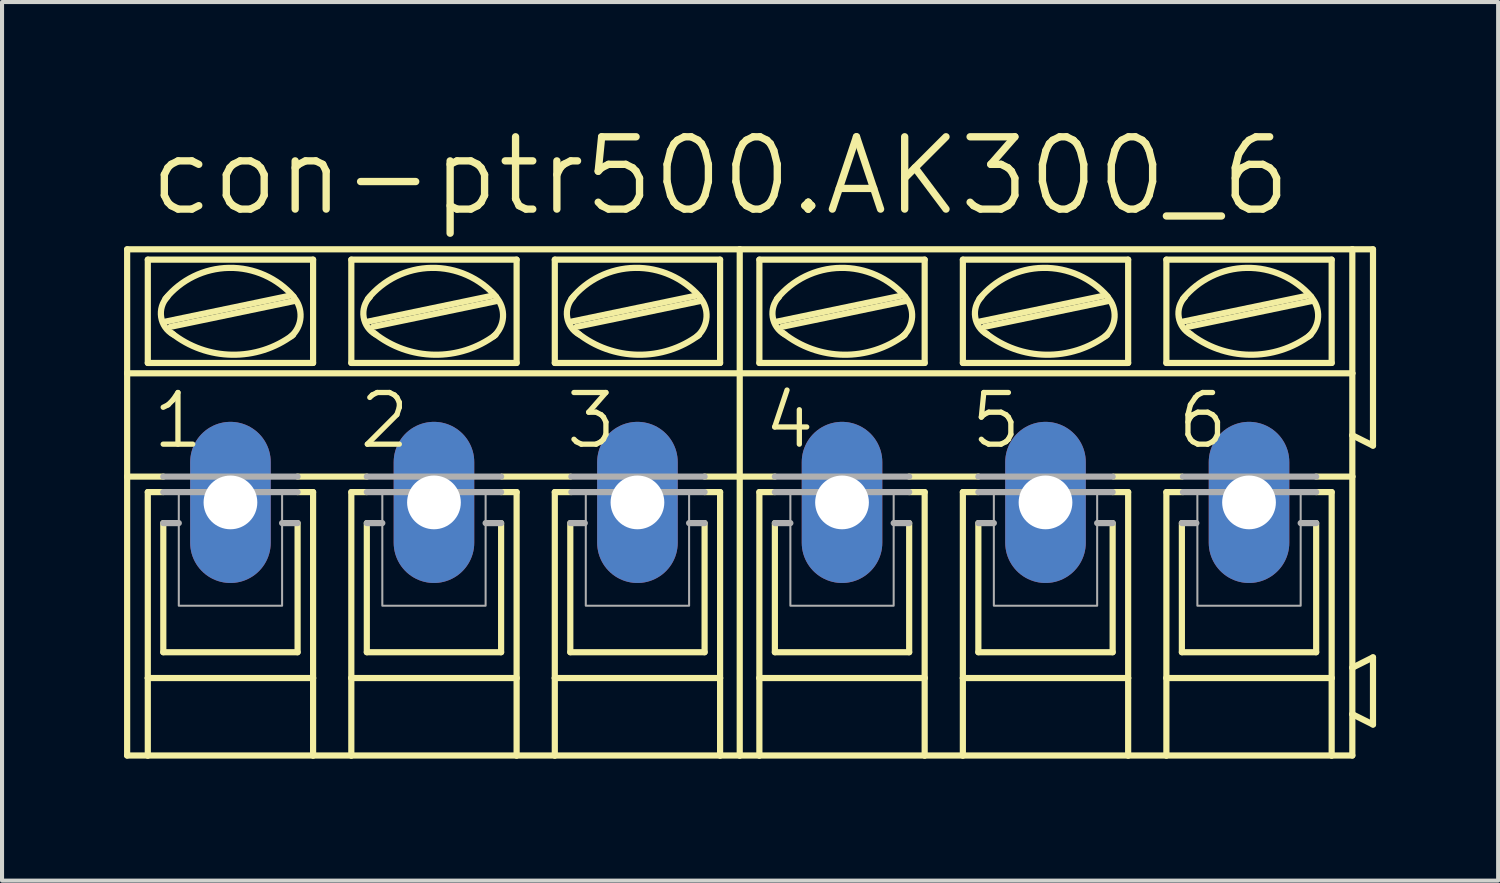
<source format=kicad_pcb>
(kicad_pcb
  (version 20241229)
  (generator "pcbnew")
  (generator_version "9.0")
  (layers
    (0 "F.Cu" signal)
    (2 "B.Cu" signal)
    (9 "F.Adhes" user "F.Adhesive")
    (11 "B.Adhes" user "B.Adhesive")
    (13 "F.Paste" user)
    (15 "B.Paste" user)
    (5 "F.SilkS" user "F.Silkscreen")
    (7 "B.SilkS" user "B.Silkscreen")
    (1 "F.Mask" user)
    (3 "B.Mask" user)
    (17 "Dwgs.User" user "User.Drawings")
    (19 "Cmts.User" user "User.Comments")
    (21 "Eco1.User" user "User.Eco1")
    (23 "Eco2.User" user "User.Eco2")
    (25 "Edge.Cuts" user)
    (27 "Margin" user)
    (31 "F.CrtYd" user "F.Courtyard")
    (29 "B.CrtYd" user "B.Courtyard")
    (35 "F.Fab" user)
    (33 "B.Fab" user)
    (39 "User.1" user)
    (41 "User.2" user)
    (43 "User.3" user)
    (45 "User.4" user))
  (footprint "con-ptr500.AK300_6"
    (layer "F.Cu")
    (at 15.138 9.303)
    (property "Reference" "con-ptr500.AK300_6" (at -14.605 -6.985 0) (layer "F.SilkS") (effects (font (size 1.778 1.778) (thickness 0.18)) (justify left bottom)))
    (attr through_hole)
    (fp_line (start -15.062 -3.175) (end -15.062 -6.223) (stroke (width 0.152) (type default)) (layer "F.SilkS"))
    (fp_line (start -15.062 -3.175) (end 0 -3.175) (stroke (width 0.152) (type default)) (layer "F.SilkS"))
    (fp_line (start -15.062 -0.635) (end -15.062 -3.175) (stroke (width 0.152) (type default)) (layer "F.SilkS"))
    (fp_line (start -15.062 -0.635) (end -14.173 -0.635) (stroke (width 0.152) (type default)) (layer "F.SilkS"))
    (fp_line (start -15.062 6.223) (end -15.062 -0.635) (stroke (width 0.152) (type default)) (layer "F.SilkS"))
    (fp_line (start -15.062 6.223) (end -14.554 6.223) (stroke (width 0.152) (type default)) (layer "F.SilkS"))
    (fp_line (start -14.554 -3.429) (end -14.554 -5.969) (stroke (width 0.152) (type default)) (layer "F.SilkS"))
    (fp_line (start -14.554 -0.254) (end -14.554 4.318) (stroke (width 0.152) (type default)) (layer "F.SilkS"))
    (fp_line (start -14.554 -0.254) (end -14.173 -0.254) (stroke (width 0.152) (type default)) (layer "F.SilkS"))
    (fp_line (start -14.554 4.318) (end -14.554 6.223) (stroke (width 0.152) (type default)) (layer "F.SilkS"))
    (fp_line (start -14.554 6.223) (end -10.49 6.223) (stroke (width 0.152) (type default)) (layer "F.SilkS"))
    (fp_line (start -14.173 3.683) (end -14.173 0.508) (stroke (width 0.152) (type default)) (layer "F.SilkS"))
    (fp_line (start -14.122 -4.445) (end -11.074 -5.08) (stroke (width 0.152) (type default)) (layer "F.SilkS"))
    (fp_line (start -13.995 -4.318) (end -10.947 -4.953) (stroke (width 0.152) (type default)) (layer "F.SilkS"))
    (fp_line (start -10.871 -0.635) (end -9.169 -0.635) (stroke (width 0.152) (type default)) (layer "F.SilkS"))
    (fp_line (start -10.871 3.683) (end -14.173 3.683) (stroke (width 0.152) (type default)) (layer "F.SilkS"))
    (fp_line (start -10.871 3.683) (end -10.871 0.508) (stroke (width 0.152) (type default)) (layer "F.SilkS"))
    (fp_line (start -10.49 -5.969) (end -14.554 -5.969) (stroke (width 0.152) (type default)) (layer "F.SilkS"))
    (fp_line (start -10.49 -3.429) (end -14.554 -3.429) (stroke (width 0.152) (type default)) (layer "F.SilkS"))
    (fp_line (start -10.49 -3.429) (end -10.49 -5.969) (stroke (width 0.152) (type default)) (layer "F.SilkS"))
    (fp_line (start -10.49 -0.254) (end -10.871 -0.254) (stroke (width 0.152) (type default)) (layer "F.SilkS"))
    (fp_line (start -10.49 4.318) (end -14.554 4.318) (stroke (width 0.152) (type default)) (layer "F.SilkS"))
    (fp_line (start -10.49 4.318) (end -10.49 -0.254) (stroke (width 0.152) (type default)) (layer "F.SilkS"))
    (fp_line (start -10.49 6.223) (end -10.49 4.318) (stroke (width 0.152) (type default)) (layer "F.SilkS"))
    (fp_line (start -10.49 6.223) (end -9.55 6.223) (stroke (width 0.152) (type default)) (layer "F.SilkS"))
    (fp_line (start -9.55 -5.969) (end -5.486 -5.969) (stroke (width 0.152) (type default)) (layer "F.SilkS"))
    (fp_line (start -9.55 -3.429) (end -9.55 -5.969) (stroke (width 0.152) (type default)) (layer "F.SilkS"))
    (fp_line (start -9.55 -0.254) (end -9.169 -0.254) (stroke (width 0.152) (type default)) (layer "F.SilkS"))
    (fp_line (start -9.55 4.318) (end -9.55 -0.254) (stroke (width 0.152) (type default)) (layer "F.SilkS"))
    (fp_line (start -9.55 4.318) (end -5.486 4.318) (stroke (width 0.152) (type default)) (layer "F.SilkS"))
    (fp_line (start -9.55 6.223) (end -9.55 4.318) (stroke (width 0.152) (type default)) (layer "F.SilkS"))
    (fp_line (start -9.55 6.223) (end -5.486 6.223) (stroke (width 0.152) (type default)) (layer "F.SilkS"))
    (fp_line (start -9.169 3.683) (end -9.169 0.508) (stroke (width 0.152) (type default)) (layer "F.SilkS"))
    (fp_line (start -9.144 -4.445) (end -6.096 -5.08) (stroke (width 0.152) (type default)) (layer "F.SilkS"))
    (fp_line (start -9.017 -4.318) (end -5.969 -4.953) (stroke (width 0.152) (type default)) (layer "F.SilkS"))
    (fp_line (start -5.867 3.683) (end -9.169 3.683) (stroke (width 0.152) (type default)) (layer "F.SilkS"))
    (fp_line (start -5.867 3.683) (end -5.867 0.508) (stroke (width 0.152) (type default)) (layer "F.SilkS"))
    (fp_line (start -5.842 -0.635) (end -4.166 -0.635) (stroke (width 0.152) (type default)) (layer "F.SilkS"))
    (fp_line (start -5.486 -5.969) (end -5.486 -3.429) (stroke (width 0.152) (type default)) (layer "F.SilkS"))
    (fp_line (start -5.486 -3.429) (end -9.55 -3.429) (stroke (width 0.152) (type default)) (layer "F.SilkS"))
    (fp_line (start -5.486 -0.254) (end -5.867 -0.254) (stroke (width 0.152) (type default)) (layer "F.SilkS"))
    (fp_line (start -5.486 -0.254) (end -5.486 4.318) (stroke (width 0.152) (type default)) (layer "F.SilkS"))
    (fp_line (start -5.486 4.318) (end -5.486 6.223) (stroke (width 0.152) (type default)) (layer "F.SilkS"))
    (fp_line (start -5.486 6.223) (end -4.547 6.223) (stroke (width 0.152) (type default)) (layer "F.SilkS"))
    (fp_line (start -4.547 -5.969) (end -0.483 -5.969) (stroke (width 0.152) (type default)) (layer "F.SilkS"))
    (fp_line (start -4.547 -3.429) (end -4.547 -5.969) (stroke (width 0.152) (type default)) (layer "F.SilkS"))
    (fp_line (start -4.547 -0.254) (end -4.14 -0.254) (stroke (width 0.152) (type default)) (layer "F.SilkS"))
    (fp_line (start -4.547 4.318) (end -4.547 -0.254) (stroke (width 0.152) (type default)) (layer "F.SilkS"))
    (fp_line (start -4.547 4.318) (end -0.483 4.318) (stroke (width 0.152) (type default)) (layer "F.SilkS"))
    (fp_line (start -4.547 6.223) (end -4.547 4.318) (stroke (width 0.152) (type default)) (layer "F.SilkS"))
    (fp_line (start -4.547 6.223) (end -0.483 6.223) (stroke (width 0.152) (type default)) (layer "F.SilkS"))
    (fp_line (start -4.166 3.683) (end -4.166 0.508) (stroke (width 0.152) (type default)) (layer "F.SilkS"))
    (fp_line (start -4.14 -4.445) (end -1.092 -5.08) (stroke (width 0.152) (type default)) (layer "F.SilkS"))
    (fp_line (start -4.013 -4.318) (end -0.965 -4.953) (stroke (width 0.152) (type default)) (layer "F.SilkS"))
    (fp_line (start -0.864 3.683) (end -4.166 3.683) (stroke (width 0.152) (type default)) (layer "F.SilkS"))
    (fp_line (start -0.864 3.683) (end -0.864 0.508) (stroke (width 0.152) (type default)) (layer "F.SilkS"))
    (fp_line (start -0.483 -5.969) (end -0.483 -3.429) (stroke (width 0.152) (type default)) (layer "F.SilkS"))
    (fp_line (start -0.483 -3.429) (end -4.547 -3.429) (stroke (width 0.152) (type default)) (layer "F.SilkS"))
    (fp_line (start -0.483 -0.254) (end -0.864 -0.254) (stroke (width 0.152) (type default)) (layer "F.SilkS"))
    (fp_line (start -0.483 -0.254) (end -0.483 4.318) (stroke (width 0.152) (type default)) (layer "F.SilkS"))
    (fp_line (start -0.483 4.318) (end -0.483 6.223) (stroke (width 0.152) (type default)) (layer "F.SilkS"))
    (fp_line (start -0.483 6.223) (end 0 6.223) (stroke (width 0.152) (type default)) (layer "F.SilkS"))
    (fp_line (start 0 -6.223) (end -15.062 -6.223) (stroke (width 0.152) (type default)) (layer "F.SilkS"))
    (fp_line (start 0 -3.175) (end 0 -6.223) (stroke (width 0.152) (type default)) (layer "F.SilkS"))
    (fp_line (start 0 -3.175) (end 15.062 -3.175) (stroke (width 0.152) (type default)) (layer "F.SilkS"))
    (fp_line (start 0 -0.635) (end -0.864 -0.635) (stroke (width 0.152) (type default)) (layer "F.SilkS"))
    (fp_line (start 0 -0.635) (end 0 -3.175) (stroke (width 0.152) (type default)) (layer "F.SilkS"))
    (fp_line (start 0 -0.635) (end 0.864 -0.635) (stroke (width 0.152) (type default)) (layer "F.SilkS"))
    (fp_line (start 0 6.223) (end 0 -0.635) (stroke (width 0.152) (type default)) (layer "F.SilkS"))
    (fp_line (start 0 6.223) (end 0.483 6.223) (stroke (width 0.152) (type default)) (layer "F.SilkS"))
    (fp_line (start 0.483 -3.429) (end 0.483 -5.969) (stroke (width 0.152) (type default)) (layer "F.SilkS"))
    (fp_line (start 0.483 -0.254) (end 0.483 4.318) (stroke (width 0.152) (type default)) (layer "F.SilkS"))
    (fp_line (start 0.483 -0.254) (end 0.864 -0.254) (stroke (width 0.152) (type default)) (layer "F.SilkS"))
    (fp_line (start 0.483 4.318) (end 0.483 6.223) (stroke (width 0.152) (type default)) (layer "F.SilkS"))
    (fp_line (start 0.483 6.223) (end 4.547 6.223) (stroke (width 0.152) (type default)) (layer "F.SilkS"))
    (fp_line (start 0.864 3.683) (end 0.864 0.508) (stroke (width 0.152) (type default)) (layer "F.SilkS"))
    (fp_line (start 0.914 -4.445) (end 3.962 -5.08) (stroke (width 0.152) (type default)) (layer "F.SilkS"))
    (fp_line (start 1.041 -4.318) (end 4.089 -4.953) (stroke (width 0.152) (type default)) (layer "F.SilkS"))
    (fp_line (start 4.166 -0.635) (end 5.867 -0.635) (stroke (width 0.152) (type default)) (layer "F.SilkS"))
    (fp_line (start 4.166 3.683) (end 0.864 3.683) (stroke (width 0.152) (type default)) (layer "F.SilkS"))
    (fp_line (start 4.166 3.683) (end 4.166 0.508) (stroke (width 0.152) (type default)) (layer "F.SilkS"))
    (fp_line (start 4.547 -5.969) (end 0.483 -5.969) (stroke (width 0.152) (type default)) (layer "F.SilkS"))
    (fp_line (start 4.547 -3.429) (end 0.483 -3.429) (stroke (width 0.152) (type default)) (layer "F.SilkS"))
    (fp_line (start 4.547 -3.429) (end 4.547 -5.969) (stroke (width 0.152) (type default)) (layer "F.SilkS"))
    (fp_line (start 4.547 -0.254) (end 4.166 -0.254) (stroke (width 0.152) (type default)) (layer "F.SilkS"))
    (fp_line (start 4.547 4.318) (end 0.483 4.318) (stroke (width 0.152) (type default)) (layer "F.SilkS"))
    (fp_line (start 4.547 4.318) (end 4.547 -0.254) (stroke (width 0.152) (type default)) (layer "F.SilkS"))
    (fp_line (start 4.547 6.223) (end 4.547 4.318) (stroke (width 0.152) (type default)) (layer "F.SilkS"))
    (fp_line (start 4.547 6.223) (end 5.486 6.223) (stroke (width 0.152) (type default)) (layer "F.SilkS"))
    (fp_line (start 5.486 -5.969) (end 9.55 -5.969) (stroke (width 0.152) (type default)) (layer "F.SilkS"))
    (fp_line (start 5.486 -3.429) (end 5.486 -5.969) (stroke (width 0.152) (type default)) (layer "F.SilkS"))
    (fp_line (start 5.486 -0.254) (end 5.867 -0.254) (stroke (width 0.152) (type default)) (layer "F.SilkS"))
    (fp_line (start 5.486 4.318) (end 5.486 -0.254) (stroke (width 0.152) (type default)) (layer "F.SilkS"))
    (fp_line (start 5.486 4.318) (end 9.55 4.318) (stroke (width 0.152) (type default)) (layer "F.SilkS"))
    (fp_line (start 5.486 6.223) (end 5.486 4.318) (stroke (width 0.152) (type default)) (layer "F.SilkS"))
    (fp_line (start 5.486 6.223) (end 9.55 6.223) (stroke (width 0.152) (type default)) (layer "F.SilkS"))
    (fp_line (start 5.867 3.683) (end 5.867 0.508) (stroke (width 0.152) (type default)) (layer "F.SilkS"))
    (fp_line (start 5.893 -4.445) (end 8.941 -5.08) (stroke (width 0.152) (type default)) (layer "F.SilkS"))
    (fp_line (start 6.02 -4.318) (end 9.068 -4.953) (stroke (width 0.152) (type default)) (layer "F.SilkS"))
    (fp_line (start 9.169 3.683) (end 5.867 3.683) (stroke (width 0.152) (type default)) (layer "F.SilkS"))
    (fp_line (start 9.169 3.683) (end 9.169 0.508) (stroke (width 0.152) (type default)) (layer "F.SilkS"))
    (fp_line (start 9.195 -0.635) (end 10.871 -0.635) (stroke (width 0.152) (type default)) (layer "F.SilkS"))
    (fp_line (start 9.55 -5.969) (end 9.55 -3.429) (stroke (width 0.152) (type default)) (layer "F.SilkS"))
    (fp_line (start 9.55 -3.429) (end 5.486 -3.429) (stroke (width 0.152) (type default)) (layer "F.SilkS"))
    (fp_line (start 9.55 -0.254) (end 9.169 -0.254) (stroke (width 0.152) (type default)) (layer "F.SilkS"))
    (fp_line (start 9.55 -0.254) (end 9.55 4.318) (stroke (width 0.152) (type default)) (layer "F.SilkS"))
    (fp_line (start 9.55 4.318) (end 9.55 6.223) (stroke (width 0.152) (type default)) (layer "F.SilkS"))
    (fp_line (start 9.55 6.223) (end 10.49 6.223) (stroke (width 0.152) (type default)) (layer "F.SilkS"))
    (fp_line (start 10.49 -5.969) (end 14.554 -5.969) (stroke (width 0.152) (type default)) (layer "F.SilkS"))
    (fp_line (start 10.49 -3.429) (end 10.49 -5.969) (stroke (width 0.152) (type default)) (layer "F.SilkS"))
    (fp_line (start 10.49 -0.254) (end 10.897 -0.254) (stroke (width 0.152) (type default)) (layer "F.SilkS"))
    (fp_line (start 10.49 4.318) (end 10.49 -0.254) (stroke (width 0.152) (type default)) (layer "F.SilkS"))
    (fp_line (start 10.49 4.318) (end 14.554 4.318) (stroke (width 0.152) (type default)) (layer "F.SilkS"))
    (fp_line (start 10.49 6.223) (end 10.49 4.318) (stroke (width 0.152) (type default)) (layer "F.SilkS"))
    (fp_line (start 10.49 6.223) (end 14.554 6.223) (stroke (width 0.152) (type default)) (layer "F.SilkS"))
    (fp_line (start 10.871 3.683) (end 10.871 0.508) (stroke (width 0.152) (type default)) (layer "F.SilkS"))
    (fp_line (start 10.897 -4.445) (end 13.945 -5.08) (stroke (width 0.152) (type default)) (layer "F.SilkS"))
    (fp_line (start 11.024 -4.318) (end 14.072 -4.953) (stroke (width 0.152) (type default)) (layer "F.SilkS"))
    (fp_line (start 14.173 3.683) (end 10.871 3.683) (stroke (width 0.152) (type default)) (layer "F.SilkS"))
    (fp_line (start 14.173 3.683) (end 14.173 0.508) (stroke (width 0.152) (type default)) (layer "F.SilkS"))
    (fp_line (start 14.554 -5.969) (end 14.554 -3.429) (stroke (width 0.152) (type default)) (layer "F.SilkS"))
    (fp_line (start 14.554 -3.429) (end 10.49 -3.429) (stroke (width 0.152) (type default)) (layer "F.SilkS"))
    (fp_line (start 14.554 -0.254) (end 14.173 -0.254) (stroke (width 0.152) (type default)) (layer "F.SilkS"))
    (fp_line (start 14.554 -0.254) (end 14.554 4.318) (stroke (width 0.152) (type default)) (layer "F.SilkS"))
    (fp_line (start 14.554 4.318) (end 14.554 6.223) (stroke (width 0.152) (type default)) (layer "F.SilkS"))
    (fp_line (start 14.554 6.223) (end 15.062 6.223) (stroke (width 0.152) (type default)) (layer "F.SilkS"))
    (fp_line (start 15.062 -6.223) (end 0 -6.223) (stroke (width 0.152) (type default)) (layer "F.SilkS"))
    (fp_line (start 15.062 -6.223) (end 15.062 -3.175) (stroke (width 0.152) (type default)) (layer "F.SilkS"))
    (fp_line (start 15.062 -6.223) (end 15.57 -6.223) (stroke (width 0.152) (type default)) (layer "F.SilkS"))
    (fp_line (start 15.062 -3.175) (end 15.062 -1.651) (stroke (width 0.152) (type default)) (layer "F.SilkS"))
    (fp_line (start 15.062 -1.651) (end 15.062 -0.635) (stroke (width 0.152) (type default)) (layer "F.SilkS"))
    (fp_line (start 15.062 -0.635) (end 14.173 -0.635) (stroke (width 0.152) (type default)) (layer "F.SilkS"))
    (fp_line (start 15.062 -0.635) (end 15.062 4.064) (stroke (width 0.152) (type default)) (layer "F.SilkS"))
    (fp_line (start 15.062 4.064) (end 15.062 5.207) (stroke (width 0.152) (type default)) (layer "F.SilkS"))
    (fp_line (start 15.062 5.207) (end 15.062 6.223) (stroke (width 0.152) (type default)) (layer "F.SilkS"))
    (fp_line (start 15.57 -6.223) (end 15.57 -1.397) (stroke (width 0.152) (type default)) (layer "F.SilkS"))
    (fp_line (start 15.57 -1.397) (end 15.062 -1.651) (stroke (width 0.152) (type default)) (layer "F.SilkS"))
    (fp_line (start 15.57 3.81) (end 15.062 4.064) (stroke (width 0.152) (type default)) (layer "F.SilkS"))
    (fp_line (start 15.57 3.81) (end 15.57 5.461) (stroke (width 0.152) (type default)) (layer "F.SilkS"))
    (fp_line (start 15.57 5.461) (end 15.062 5.207) (stroke (width 0.152) (type default)) (layer "F.SilkS"))
    (fp_arc (start -14.1224 -5.0038) (mid -12.558027 -5.766949) (end -10.968 -5.0588) (stroke (width 0.1524) (type default)) (layer "F.SilkS"))
    (fp_arc (start -13.9279 -4.1297) (mid -14.225824 -4.557025) (end -14.0716 -5.0546) (stroke (width 0.1524) (type default)) (layer "F.SilkS"))
    (fp_arc (start -10.9822 -4.1188) (mid -12.484103 -3.631243) (end -13.97 -4.1656) (stroke (width 0.1524) (type default)) (layer "F.SilkS"))
    (fp_arc (start -10.9729 -5.0545) (mid -10.79854 -4.558084) (end -11.0286 -4.0849) (stroke (width 0.1524) (type default)) (layer "F.SilkS"))
    (fp_arc (start -9.144 -5.0038) (mid -7.579627 -5.766949) (end -5.9896 -5.0588) (stroke (width 0.1524) (type default)) (layer "F.SilkS"))
    (fp_arc (start -8.9495 -4.1297) (mid -9.247424 -4.557025) (end -9.0932 -5.0546) (stroke (width 0.1524) (type default)) (layer "F.SilkS"))
    (fp_arc (start -6.0038 -4.1188) (mid -7.505703 -3.631243) (end -8.9916 -4.1656) (stroke (width 0.1524) (type default)) (layer "F.SilkS"))
    (fp_arc (start -5.9945 -5.0545) (mid -5.82014 -4.558084) (end -6.0502 -4.0849) (stroke (width 0.1524) (type default)) (layer "F.SilkS"))
    (fp_arc (start -4.1402 -5.0038) (mid -2.575827 -5.766949) (end -0.9858 -5.0588) (stroke (width 0.1524) (type default)) (layer "F.SilkS"))
    (fp_arc (start -3.9457 -4.1297) (mid -4.243624 -4.557025) (end -4.0894 -5.0546) (stroke (width 0.1524) (type default)) (layer "F.SilkS"))
    (fp_arc (start -1 -4.1188) (mid -2.501903 -3.631243) (end -3.9878 -4.1656) (stroke (width 0.1524) (type default)) (layer "F.SilkS"))
    (fp_arc (start -0.9907 -5.0545) (mid -0.81634 -4.558084) (end -1.0464 -4.0849) (stroke (width 0.1524) (type default)) (layer "F.SilkS"))
    (fp_arc (start 0.9144 -5.0038) (mid 2.47872 -5.766808) (end 4.0686 -5.0586) (stroke (width 0.1524) (type default)) (layer "F.SilkS"))
    (fp_arc (start 1.1089 -4.1297) (mid 0.810976 -4.557025) (end 0.9652 -5.0546) (stroke (width 0.1524) (type default)) (layer "F.SilkS"))
    (fp_arc (start 4.0546 -4.1189) (mid 2.552713 -3.631282) (end 1.0668 -4.1656) (stroke (width 0.1524) (type default)) (layer "F.SilkS"))
    (fp_arc (start 4.0639 -5.0545) (mid 4.23826 -4.558084) (end 4.0082 -4.0849) (stroke (width 0.1524) (type default)) (layer "F.SilkS"))
    (fp_arc (start 5.8928 -5.0038) (mid 7.45712 -5.766808) (end 9.047 -5.0586) (stroke (width 0.1524) (type default)) (layer "F.SilkS"))
    (fp_arc (start 6.0873 -4.1297) (mid 5.789376 -4.557025) (end 5.9436 -5.0546) (stroke (width 0.1524) (type default)) (layer "F.SilkS"))
    (fp_arc (start 9.033 -4.1189) (mid 7.531113 -3.631282) (end 6.0452 -4.1656) (stroke (width 0.1524) (type default)) (layer "F.SilkS"))
    (fp_arc (start 9.0423 -5.0545) (mid 9.21666 -4.558084) (end 8.9866 -4.0849) (stroke (width 0.1524) (type default)) (layer "F.SilkS"))
    (fp_arc (start 10.8966 -5.0038) (mid 12.46092 -5.766808) (end 14.0508 -5.0586) (stroke (width 0.1524) (type default)) (layer "F.SilkS"))
    (fp_arc (start 11.0911 -4.1297) (mid 10.793176 -4.557025) (end 10.9474 -5.0546) (stroke (width 0.1524) (type default)) (layer "F.SilkS"))
    (fp_arc (start 14.0368 -4.1189) (mid 12.534913 -3.631282) (end 11.049 -4.1656) (stroke (width 0.1524) (type default)) (layer "F.SilkS"))
    (fp_arc (start 14.0461 -5.0545) (mid 14.22046 -4.558084) (end 13.9904 -4.0849) (stroke (width 0.1524) (type default)) (layer "F.SilkS"))
    (fp_line (start -14.173 -0.635) (end -10.871 -0.635) (stroke (width 0.152) (type default)) (layer "F.Fab"))
    (fp_line (start -14.173 0.508) (end -13.792 0.508) (stroke (width 0.152) (type default)) (layer "F.Fab"))
    (fp_line (start -10.871 -0.254) (end -14.173 -0.254) (stroke (width 0.152) (type default)) (layer "F.Fab"))
    (fp_line (start -10.871 0.508) (end -11.252 0.508) (stroke (width 0.152) (type default)) (layer "F.Fab"))
    (fp_line (start -9.169 -0.254) (end -5.867 -0.254) (stroke (width 0.152) (type default)) (layer "F.Fab"))
    (fp_line (start -9.169 0.508) (end -8.788 0.508) (stroke (width 0.152) (type default)) (layer "F.Fab"))
    (fp_line (start -5.867 -0.635) (end -9.169 -0.635) (stroke (width 0.152) (type default)) (layer "F.Fab"))
    (fp_line (start -5.867 0.508) (end -6.248 0.508) (stroke (width 0.152) (type default)) (layer "F.Fab"))
    (fp_line (start -4.166 0.508) (end -3.81 0.508) (stroke (width 0.152) (type default)) (layer "F.Fab"))
    (fp_line (start -4.14 -0.254) (end -0.864 -0.254) (stroke (width 0.152) (type default)) (layer "F.Fab"))
    (fp_line (start -0.864 -0.635) (end -4.14 -0.635) (stroke (width 0.152) (type default)) (layer "F.Fab"))
    (fp_line (start -0.864 0.508) (end -1.245 0.508) (stroke (width 0.152) (type default)) (layer "F.Fab"))
    (fp_line (start 0.864 -0.635) (end 4.166 -0.635) (stroke (width 0.152) (type default)) (layer "F.Fab"))
    (fp_line (start 0.864 0.508) (end 1.245 0.508) (stroke (width 0.152) (type default)) (layer "F.Fab"))
    (fp_line (start 4.166 -0.254) (end 0.864 -0.254) (stroke (width 0.152) (type default)) (layer "F.Fab"))
    (fp_line (start 4.166 0.508) (end 3.785 0.508) (stroke (width 0.152) (type default)) (layer "F.Fab"))
    (fp_line (start 5.867 -0.254) (end 9.169 -0.254) (stroke (width 0.152) (type default)) (layer "F.Fab"))
    (fp_line (start 5.867 0.508) (end 6.248 0.508) (stroke (width 0.152) (type default)) (layer "F.Fab"))
    (fp_line (start 9.169 -0.635) (end 5.867 -0.635) (stroke (width 0.152) (type default)) (layer "F.Fab"))
    (fp_line (start 9.169 0.508) (end 8.788 0.508) (stroke (width 0.152) (type default)) (layer "F.Fab"))
    (fp_line (start 10.871 0.508) (end 11.227 0.508) (stroke (width 0.152) (type default)) (layer "F.Fab"))
    (fp_line (start 10.897 -0.254) (end 14.173 -0.254) (stroke (width 0.152) (type default)) (layer "F.Fab"))
    (fp_line (start 14.173 -0.635) (end 10.897 -0.635) (stroke (width 0.152) (type default)) (layer "F.Fab"))
    (fp_line (start 14.173 0.508) (end 13.792 0.508) (stroke (width 0.152) (type default)) (layer "F.Fab"))
    (fp_rect (start -13.792 2.54) (end -11.252 -0.254) (stroke (width 0.05) (type default)) (fill no) (layer "F.Fab"))
    (fp_rect (start -8.788 2.54) (end -6.248 -0.254) (stroke (width 0.05) (type default)) (fill no) (layer "F.Fab"))
    (fp_rect (start -3.785 2.54) (end -1.245 -0.254) (stroke (width 0.05) (type default)) (fill no) (layer "F.Fab"))
    (fp_rect (start 1.245 2.54) (end 3.785 -0.254) (stroke (width 0.05) (type default)) (fill no) (layer "F.Fab"))
    (fp_rect (start 6.248 2.54) (end 8.788 -0.254) (stroke (width 0.05) (type default)) (fill no) (layer "F.Fab"))
    (fp_rect (start 11.252 2.54) (end 13.792 -0.254) (stroke (width 0.05) (type default)) (fill no) (layer "F.Fab"))
    (fp_text user "5" (at 5.613 -1.27 0) (layer "F.SilkS") (effects (font (size 1.27 1.27) (thickness 0.13)) (justify left bottom)))
    (fp_text user "2" (at -9.423 -1.27 0) (layer "F.SilkS") (effects (font (size 1.27 1.27) (thickness 0.13)) (justify left bottom)))
    (fp_text user "4" (at 0.533 -1.27 0) (layer "F.SilkS") (effects (font (size 1.27 1.27) (thickness 0.13)) (justify left bottom)))
    (fp_text user "1" (at -14.503 -1.27 0) (layer "F.SilkS") (effects (font (size 1.27 1.27) (thickness 0.13)) (justify left bottom)))
    (fp_text user "6" (at 10.693 -1.27 0) (layer "F.SilkS") (effects (font (size 1.27 1.27) (thickness 0.13)) (justify left bottom)))
    (fp_text user "3" (at -4.343 -1.27 0) (layer "F.SilkS") (effects (font (size 1.27 1.27) (thickness 0.13)) (justify left bottom)))
    (pad "1" thru_hole oval (at -12.522 0 90) (size 3.962 1.981) (drill 1.321) (layers "*.Cu" "*.Mask"))
    (pad "2" thru_hole oval (at -7.518 0 90) (size 3.962 1.981) (drill 1.321) (layers "*.Cu" "*.Mask"))
    (pad "3" thru_hole oval (at -2.515 0 90) (size 3.962 1.981) (drill 1.321) (layers "*.Cu" "*.Mask"))
    (pad "4" thru_hole oval (at 2.515 0 90) (size 3.962 1.981) (drill 1.321) (layers "*.Cu" "*.Mask"))
    (pad "5" thru_hole oval (at 7.518 0 90) (size 3.962 1.981) (drill 1.321) (layers "*.Cu" "*.Mask"))
    (pad "6" thru_hole oval (at 12.522 0 90) (size 3.962 1.981) (drill 1.321) (layers "*.Cu" "*.Mask")))
  (gr_rect
    (start -3 -3)
    (end 33.785 18.602)
    (stroke (width 0.1) (type default))
    (fill no)
    (layer "Edge.Cuts")))
</source>
